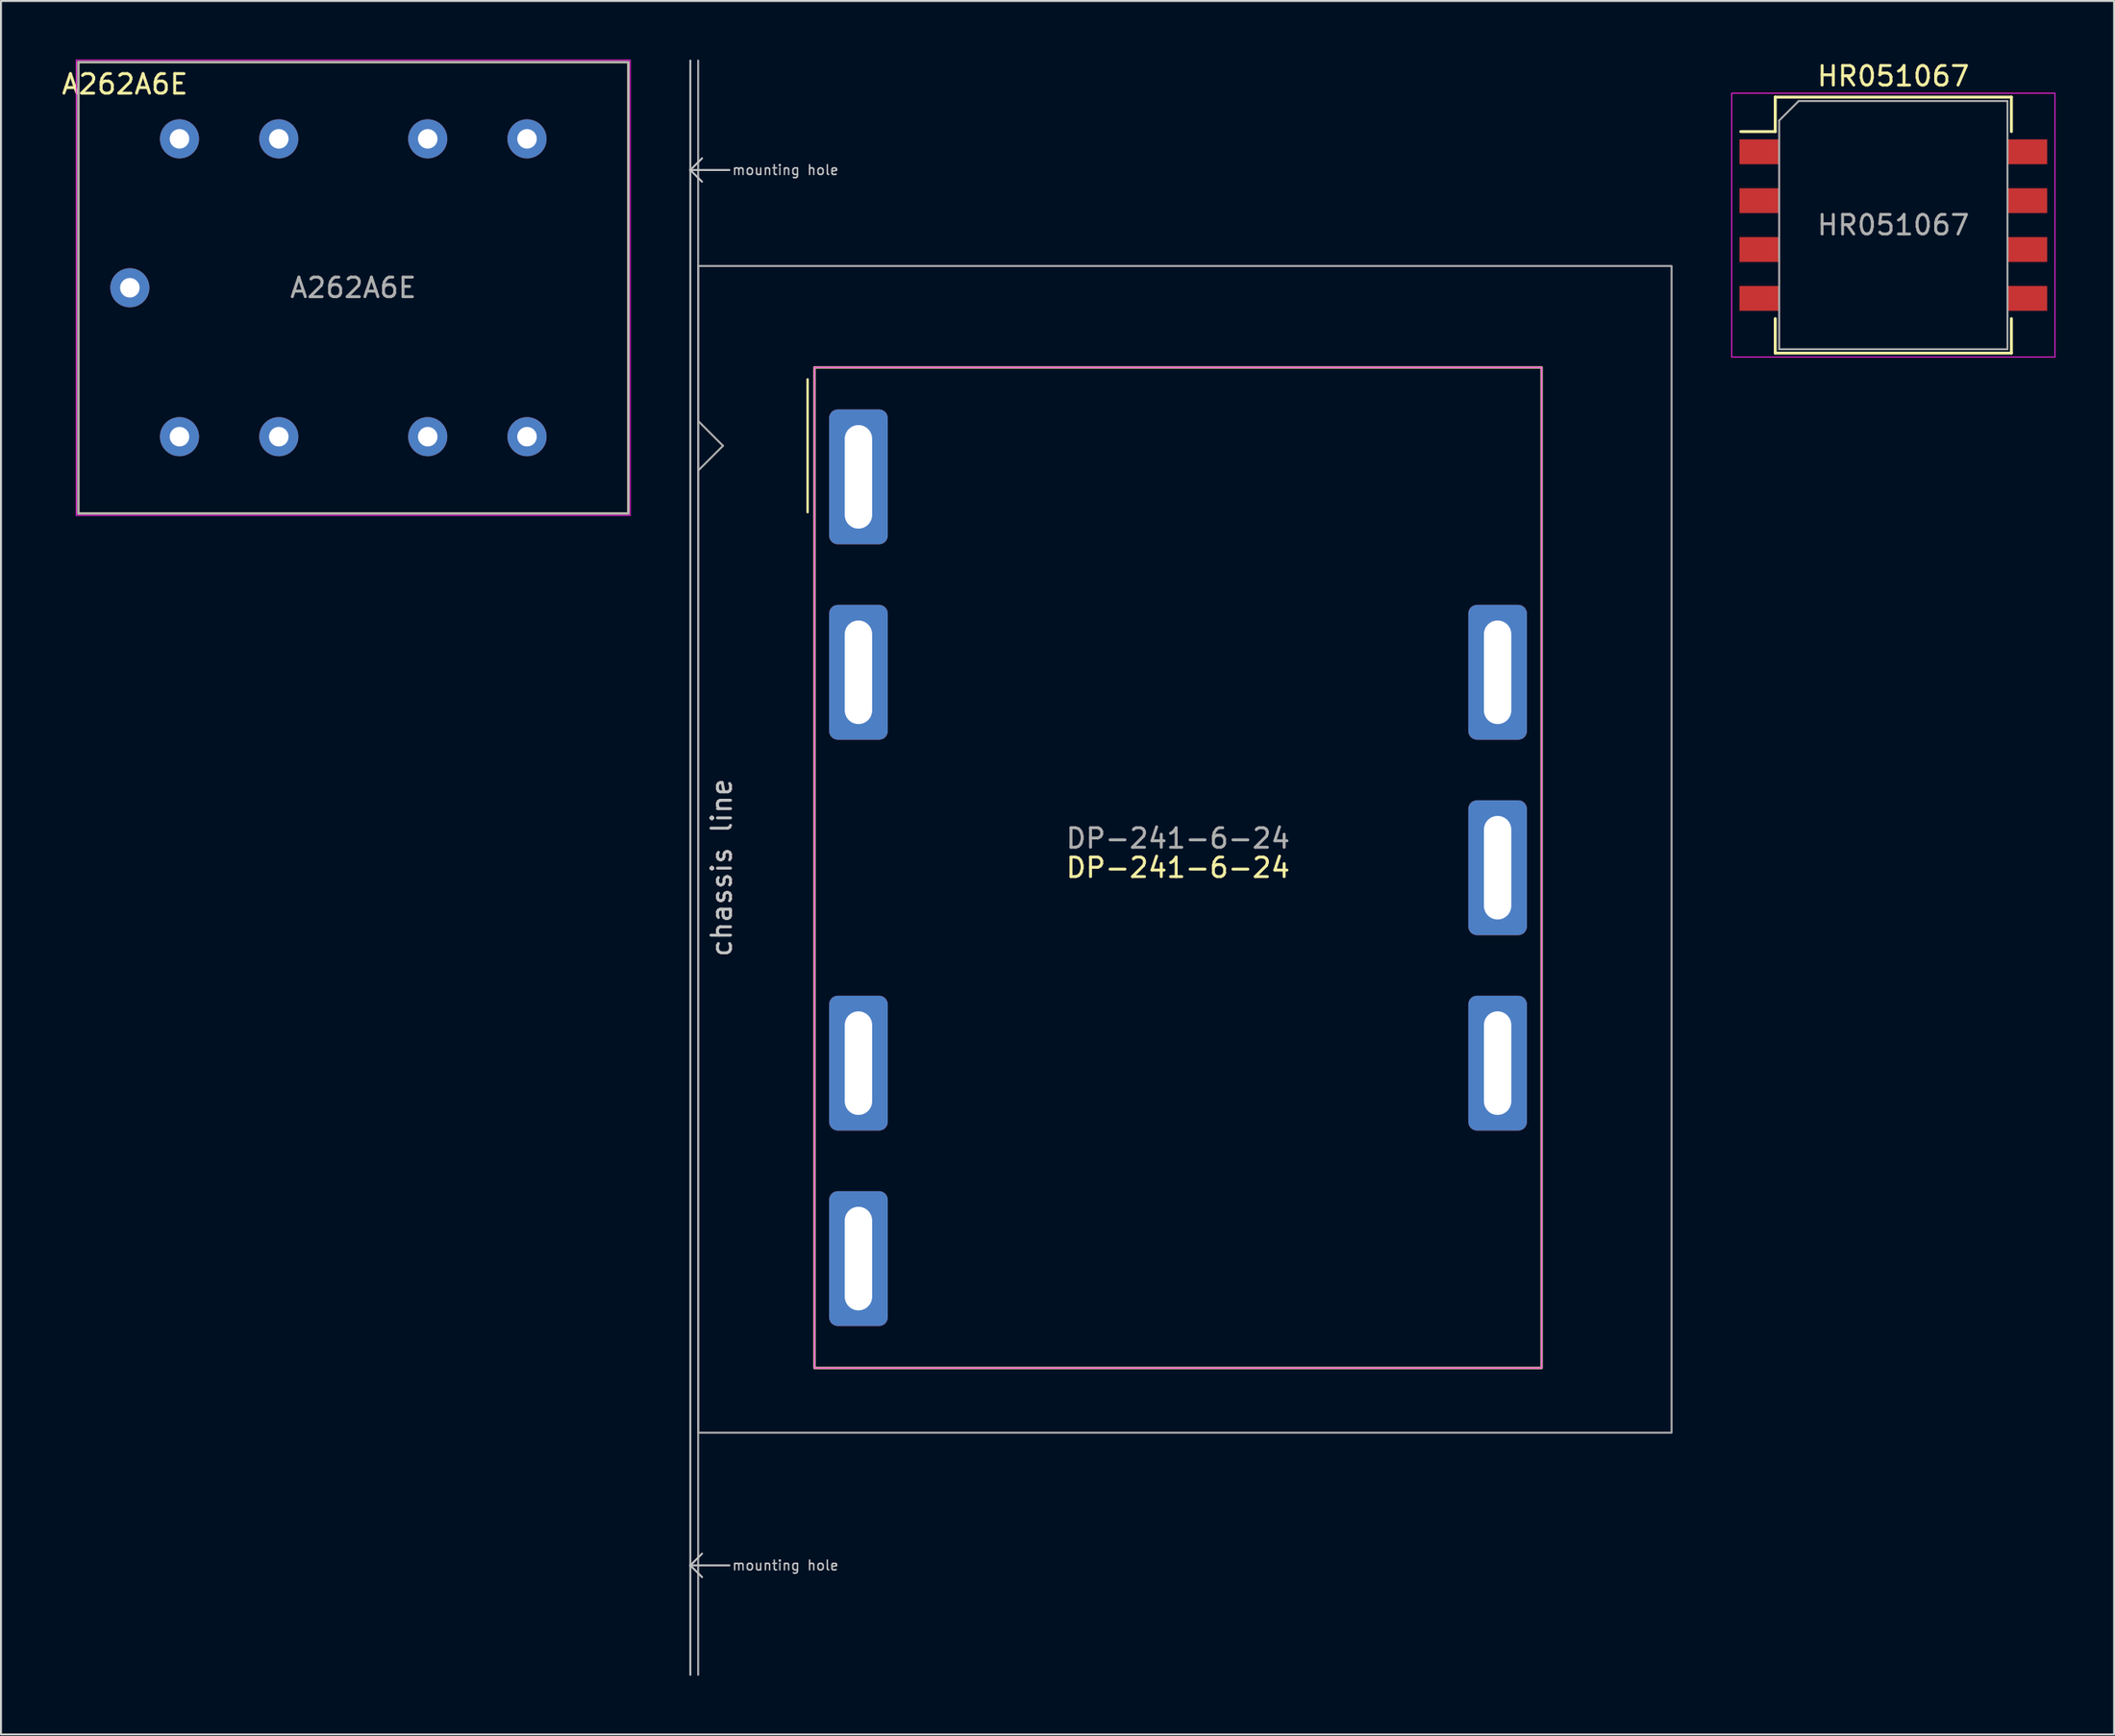
<source format=kicad_pcb>
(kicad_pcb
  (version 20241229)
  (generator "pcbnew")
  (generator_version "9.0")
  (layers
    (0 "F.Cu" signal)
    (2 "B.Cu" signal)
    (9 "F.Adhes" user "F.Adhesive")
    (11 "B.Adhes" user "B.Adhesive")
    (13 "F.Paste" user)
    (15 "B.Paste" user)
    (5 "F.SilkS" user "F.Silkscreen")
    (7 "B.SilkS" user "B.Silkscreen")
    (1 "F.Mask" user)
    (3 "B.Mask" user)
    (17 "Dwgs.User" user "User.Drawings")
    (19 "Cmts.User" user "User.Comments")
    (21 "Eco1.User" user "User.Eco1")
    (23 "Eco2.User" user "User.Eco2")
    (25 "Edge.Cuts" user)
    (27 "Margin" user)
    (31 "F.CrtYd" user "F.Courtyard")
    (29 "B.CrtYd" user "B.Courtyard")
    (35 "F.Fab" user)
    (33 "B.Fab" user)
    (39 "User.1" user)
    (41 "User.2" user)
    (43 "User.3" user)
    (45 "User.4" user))
  (footprint "DP-241-6-24"
    (layer "F.Cu")
    (at 40.868 19.76)
    (property "Reference" "DP-241-6-24" (at 16.35 21.59 0) (unlocked yes) (layer "F.SilkS") (effects (font (size 1 1) (thickness 0.15))))
    (attr through_hole)
    (fp_line (start -2.6 -3.4) (end -2.6 3.4) (stroke (width 0.12) (type default)) (layer "F.SilkS"))
    (fp_rect (start -2.25 -4.01) (end 34.95 47.19) (stroke (width 0.12) (type solid)) (fill no) (layer "F.SilkS"))
    (fp_line (start -8.6 -19.71) (end -8.6 62.89) (stroke (width 0.1) (type solid)) (layer "Dwgs.User"))
    (fp_line (start -8.6 -14.11) (end -8 -14.71) (stroke (width 0.1) (type default)) (layer "Dwgs.User"))
    (fp_line (start -8.6 -14.11) (end -8 -13.51) (stroke (width 0.1) (type default)) (layer "Dwgs.User"))
    (fp_line (start -8.6 -14.11) (end -6.6 -14.11) (stroke (width 0.1) (type solid)) (layer "Dwgs.User"))
    (fp_line (start -8.6 57.29) (end -8 56.69) (stroke (width 0.1) (type default)) (layer "Dwgs.User"))
    (fp_line (start -8.6 57.29) (end -8 57.89) (stroke (width 0.1) (type default)) (layer "Dwgs.User"))
    (fp_line (start -8.6 57.29) (end -6.6 57.29) (stroke (width 0.1) (type solid)) (layer "Dwgs.User"))
    (fp_rect (start -2.25 -4.01) (end 34.95 47.19) (stroke (width 0.05) (type solid)) (fill no) (layer "F.CrtYd"))
    (fp_line (start -8.2 -19.71) (end -8.2 62.89) (stroke (width 0.1) (type default)) (layer "F.Fab"))
    (fp_line (start -8.2 1.27) (end -6.93 0) (stroke (width 0.1) (type default)) (layer "F.Fab"))
    (fp_line (start -6.93 0) (end -8.2 -1.27) (stroke (width 0.1) (type default)) (layer "F.Fab"))
    (fp_rect (start -8.2 -9.2) (end 41.6 50.5) (stroke (width 0.1) (type solid)) (fill no) (layer "F.Fab"))
    (fp_text user "mounting hole" (at -6.5 -14.11 0) (unlocked yes) (layer "Dwgs.User") (effects (font (size 0.5 0.5) (thickness 0.075)) (justify left)))
    (fp_text user "chassis line" (at -7 21.59 90) (unlocked yes) (layer "Dwgs.User") (effects (font (size 1 1) (thickness 0.15))))
    (fp_text user "mounting hole" (at -6.5 57.29 0) (unlocked yes) (layer "Dwgs.User") (effects (font (size 0.5 0.5) (thickness 0.075)) (justify left)))
    (fp_text user "${REFERENCE}" (at 16.35 20.09 0) (unlocked yes) (layer "F.Fab") (effects (font (size 1 1) (thickness 0.15))))
    (pad "1" thru_hole roundrect (at 0 1.59) (size 3 6.9) (drill oval 1.4 5.3) (layers "*.Cu" "*.Mask") (roundrect_rratio 0.147))
    (pad "2" thru_hole roundrect (at 0 11.59) (size 3 6.9) (drill oval 1.4 5.3) (layers "*.Cu" "*.Mask") (roundrect_rratio 0.147))
    (pad "4" thru_hole roundrect (at 0 31.59) (size 3 6.9) (drill oval 1.4 5.3) (layers "*.Cu" "*.Mask") (roundrect_rratio 0.147))
    (pad "5" thru_hole roundrect (at 0 41.59) (size 3 6.9) (drill oval 1.4 5.3) (layers "*.Cu" "*.Mask") (roundrect_rratio 0.147))
    (pad "7" thru_hole roundrect (at 32.7 11.59) (size 3 6.9) (drill oval 1.4 5.3) (layers "*.Cu" "*.Mask") (roundrect_rratio 0.147))
    (pad "8" thru_hole roundrect (at 32.7 21.59) (size 3 6.9) (drill oval 1.4 5.3) (layers "*.Cu" "*.Mask") (roundrect_rratio 0.147))
    (pad "9" thru_hole roundrect (at 32.7 31.59) (size 3 6.9) (drill oval 1.4 5.3) (layers "*.Cu" "*.Mask") (roundrect_rratio 0.147)))
  (footprint "A262A6E"
    (layer "F.Cu")
    (at 6.133 4.055)
    (property "Reference" "A262A6E" (at -2.794 -2.794 0) (layer "F.SilkS") (effects (font (size 1 1) (thickness 0.15))))
    (attr through_hole)
    (fp_rect (start -5.18 -3.93) (end 22.96 19.17) (stroke (width 0.12) (type solid)) (fill no) (layer "F.SilkS"))
    (fp_rect (start -5.28 -4.03) (end 23.06 19.27) (stroke (width 0.05) (type solid)) (fill no) (layer "F.CrtYd"))
    (fp_rect (start -5.18 -3.93) (end 22.96 19.17) (stroke (width 0.1) (type solid)) (fill no) (layer "F.Fab"))
    (fp_text user "${REFERENCE}" (at 8.89 7.62 0) (layer "F.Fab") (effects (font (size 1 1) (thickness 0.15))))
    (pad "A1" thru_hole circle (at 17.78 0) (size 2 2) (drill 1) (layers "*.Cu" "*.Mask"))
    (pad "A2" thru_hole circle (at 12.7 0) (size 2 2) (drill 1) (layers "*.Cu" "*.Mask"))
    (pad "A3" thru_hole circle (at 5.08 0) (size 2 2) (drill 1) (layers "*.Cu" "*.Mask"))
    (pad "A4" thru_hole circle (at 0 0) (size 2 2) (drill 1) (layers "*.Cu" "*.Mask"))
    (pad "B1" thru_hole circle (at 0 15.24) (size 2 2) (drill 1) (layers "*.Cu" "*.Mask"))
    (pad "B2" thru_hole circle (at 5.08 15.24) (size 2 2) (drill 1) (layers "*.Cu" "*.Mask"))
    (pad "B3" thru_hole circle (at 12.7 15.24) (size 2 2) (drill 1) (layers "*.Cu" "*.Mask"))
    (pad "B4" thru_hole circle (at 17.78 15.24) (size 2 2) (drill 1) (layers "*.Cu" "*.Mask"))
    (pad "S" thru_hole circle (at -2.54 7.62) (size 2 2) (drill 1) (layers "*.Cu" "*.Mask")))
  (footprint "HR051067"
    (layer "F.Cu")
    (at 93.813 8.468)
    (property "Reference" "HR051067" (at 0 -7.62 0) (layer "F.SilkS") (effects (font (size 1 1) (thickness 0.15))))
    (attr smd)
    (fp_line (start -6.04 -4.785) (end -7.805 -4.785) (stroke (width 0.15) (type solid)) (layer "F.SilkS"))
    (fp_line (start -6.04 -4.785) (end -6.04 -6.55) (stroke (width 0.15) (type solid)) (layer "F.SilkS"))
    (fp_line (start -6.04 4.785) (end -6.04 6.55) (stroke (width 0.15) (type solid)) (layer "F.SilkS"))
    (fp_line (start 6.04 -6.55) (end -6.04 -6.55) (stroke (width 0.15) (type solid)) (layer "F.SilkS"))
    (fp_line (start 6.04 -4.785) (end 6.04 -6.55) (stroke (width 0.15) (type solid)) (layer "F.SilkS"))
    (fp_line (start 6.04 4.785) (end 6.04 6.55) (stroke (width 0.15) (type solid)) (layer "F.SilkS"))
    (fp_line (start 6.04 6.55) (end -6.04 6.55) (stroke (width 0.15) (type solid)) (layer "F.SilkS"))
    (fp_rect (start -8.27 -6.75) (end 8.27 6.75) (stroke (width 0.05) (type solid)) (fill no) (layer "F.CrtYd"))
    (fp_line (start -5.84 6.35) (end -5.84 -5.35) (stroke (width 0.1) (type solid)) (layer "F.Fab"))
    (fp_line (start -4.84 -6.35) (end -5.84 -5.35) (stroke (width 0.1) (type solid)) (layer "F.Fab"))
    (fp_line (start 5.84 -6.35) (end -4.84 -6.35) (stroke (width 0.1) (type solid)) (layer "F.Fab"))
    (fp_line (start 5.84 6.35) (end -5.84 6.35) (stroke (width 0.1) (type solid)) (layer "F.Fab"))
    (fp_line (start 5.84 6.35) (end 5.84 -6.35) (stroke (width 0.1) (type solid)) (layer "F.Fab"))
    (fp_text user "${REFERENCE}" (at 0 0 0) (layer "F.Fab") (effects (font (size 1 1) (thickness 0.15))))
    (pad "1" smd rect (at -6.855 -3.75) (size 2.03 1.27) (layers "F.Cu" "F.Mask" "F.Paste"))
    (pad "2" smd rect (at -6.855 -1.25) (size 2.03 1.27) (layers "F.Cu" "F.Mask" "F.Paste"))
    (pad "3" smd rect (at -6.855 1.25) (size 2.03 1.27) (layers "F.Cu" "F.Mask" "F.Paste"))
    (pad "4" smd rect (at -6.855 3.75) (size 2.03 1.27) (layers "F.Cu" "F.Mask" "F.Paste"))
    (pad "5" smd rect (at 6.855 3.75) (size 2.03 1.27) (layers "F.Cu" "F.Mask" "F.Paste"))
    (pad "6" smd rect (at 6.855 1.25) (size 2.03 1.27) (layers "F.Cu" "F.Mask" "F.Paste"))
    (pad "7" smd rect (at 6.855 -1.25) (size 2.03 1.27) (layers "F.Cu" "F.Mask" "F.Paste"))
    (pad "8" smd rect (at 6.855 -3.75) (size 2.03 1.27) (layers "F.Cu" "F.Mask" "F.Paste")))
  (gr_rect
    (start -3 -3)
    (end 105.108 85.7)
    (stroke (width 0.1) (type default))
    (fill no)
    (layer "Edge.Cuts")))
</source>
